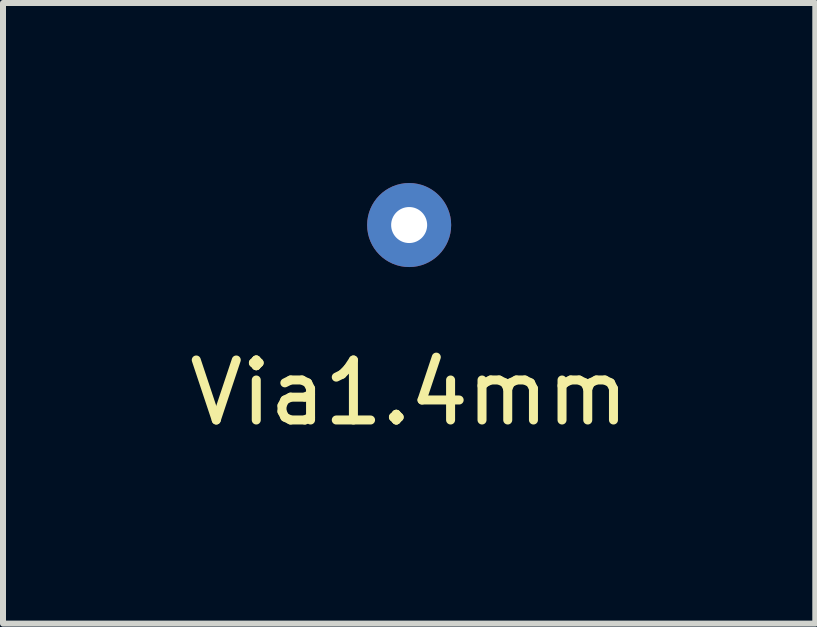
<source format=kicad_pcb>
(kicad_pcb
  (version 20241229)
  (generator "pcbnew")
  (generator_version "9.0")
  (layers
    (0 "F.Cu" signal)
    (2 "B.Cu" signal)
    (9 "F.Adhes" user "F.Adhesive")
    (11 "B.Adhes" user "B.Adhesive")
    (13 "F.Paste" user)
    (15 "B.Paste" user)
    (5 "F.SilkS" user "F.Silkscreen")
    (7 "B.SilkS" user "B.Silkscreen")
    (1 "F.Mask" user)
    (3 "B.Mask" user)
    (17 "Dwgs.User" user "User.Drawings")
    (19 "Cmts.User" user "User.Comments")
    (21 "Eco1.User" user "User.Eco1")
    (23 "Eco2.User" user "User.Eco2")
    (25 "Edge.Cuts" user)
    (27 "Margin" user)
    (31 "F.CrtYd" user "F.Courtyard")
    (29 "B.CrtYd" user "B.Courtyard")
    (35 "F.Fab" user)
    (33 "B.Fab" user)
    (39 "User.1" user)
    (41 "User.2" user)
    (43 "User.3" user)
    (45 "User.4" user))
  (footprint "Via1.4mm"
    (layer "F.Cu")
    (at 3.768 0.7)
    (property "Reference" "Via1.4mm" (at 0 2.794 0) (layer "F.SilkS") (effects (font (size 1 1) (thickness 0.15))))
    (attr through_hole)
    (pad "1" thru_hole circle (at 0 0) (size 1.4 1.4) (drill 0.6) (layers "*.Cu" "*.Mask")))
  (gr_rect
    (start -3 -3)
    (end 10.536 7.342)
    (stroke (width 0.1) (type default))
    (fill no)
    (layer "Edge.Cuts")))
</source>
